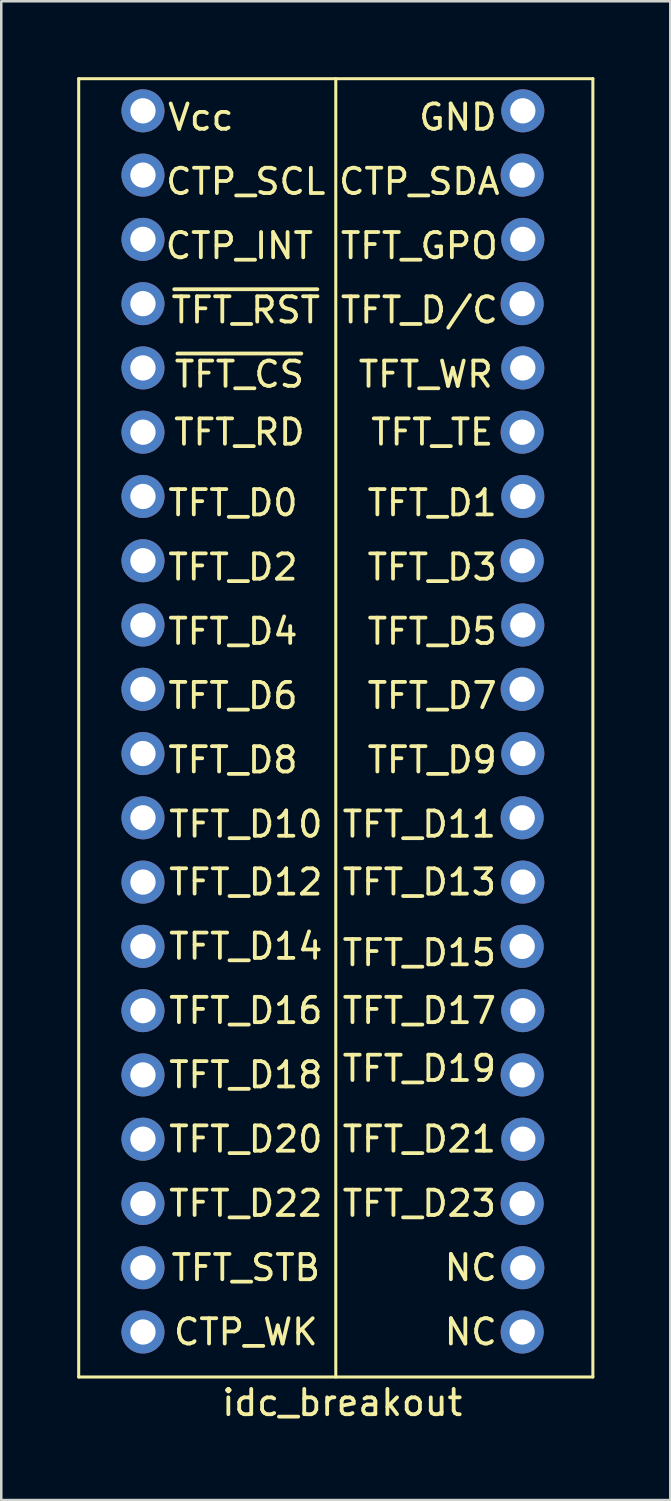
<source format=kicad_pcb>
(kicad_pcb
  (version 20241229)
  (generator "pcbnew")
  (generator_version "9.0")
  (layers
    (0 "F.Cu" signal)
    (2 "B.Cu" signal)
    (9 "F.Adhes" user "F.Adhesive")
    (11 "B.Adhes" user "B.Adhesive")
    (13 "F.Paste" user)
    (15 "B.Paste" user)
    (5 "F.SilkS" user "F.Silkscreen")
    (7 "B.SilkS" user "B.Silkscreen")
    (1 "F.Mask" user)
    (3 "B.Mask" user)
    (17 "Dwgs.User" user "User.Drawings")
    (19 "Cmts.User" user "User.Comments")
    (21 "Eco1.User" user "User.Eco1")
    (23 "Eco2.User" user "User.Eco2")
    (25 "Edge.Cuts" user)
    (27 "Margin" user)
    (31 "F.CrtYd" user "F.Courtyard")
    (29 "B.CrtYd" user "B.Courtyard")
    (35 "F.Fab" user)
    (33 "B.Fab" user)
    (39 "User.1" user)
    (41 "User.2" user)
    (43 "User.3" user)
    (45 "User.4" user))
  (footprint "idc_breakout"
    (layer "F.Cu")
    (at 10.22 8.442)
    (property "Reference" "idc_breakout" (at 0.254 43.942 0) (layer "F.SilkS") (effects (font (size 1 1) (thickness 0.15))))
    (attr through_hole)
    (fp_line (start -10.16 -8.382) (end -10.16 42.926) (stroke (width 0.12) (type solid)) (layer "F.SilkS"))
    (fp_line (start -10.16 -8.382) (end 10.16 -8.382) (stroke (width 0.12) (type solid)) (layer "F.SilkS"))
    (fp_line (start -10.16 42.926) (end 10.16 42.926) (stroke (width 0.12) (type solid)) (layer "F.SilkS"))
    (fp_line (start 0 -8.382) (end 0 42.926) (stroke (width 0.12) (type solid)) (layer "F.SilkS"))
    (fp_line (start 10.16 -8.382) (end 10.16 42.926) (stroke (width 0.12) (type solid)) (layer "F.SilkS"))
    (fp_text user "TFT_TE" (at 3.81 5.588 0) (layer "F.SilkS") (effects (font (size 1 1) (thickness 0.15))))
    (fp_text user "TFT_D12" (at -3.556 23.368 0) (layer "F.SilkS") (effects (font (size 1 1) (thickness 0.15))))
    (fp_text user "CTP_SCL" (at -3.556 -4.318 0) (layer "F.SilkS") (effects (font (size 1 1) (thickness 0.15))))
    (fp_text user "TFT_D1" (at 3.81 8.382 0) (layer "F.SilkS") (effects (font (size 1 1) (thickness 0.15))))
    (fp_text user "TFT_RD" (at -3.81 5.588 0) (layer "F.SilkS") (effects (font (size 1 1) (thickness 0.15))))
    (fp_text user "TFT_D19" (at 3.302 30.734 0) (layer "F.SilkS") (effects (font (size 1 1) (thickness 0.15))))
    (fp_text user "TFT_D22" (at -3.556 36.068 0) (layer "F.SilkS") (effects (font (size 1 1) (thickness 0.15))))
    (fp_text user "Vcc" (at -5.334 -6.858 0) (layer "F.SilkS") (effects (font (size 1 1) (thickness 0.15))))
    (fp_text user "TFT_D4" (at -4.064 13.462 0) (layer "F.SilkS") (effects (font (size 1 1) (thickness 0.15))))
    (fp_text user "TFT_D2" (at -4.064 10.922 0) (layer "F.SilkS") (effects (font (size 1 1) (thickness 0.15))))
    (fp_text user "NC" (at 5.334 38.608 0) (layer "F.SilkS") (effects (font (size 1 1) (thickness 0.15))))
    (fp_text user "TFT_D14" (at -3.556 25.908 0) (layer "F.SilkS") (effects (font (size 1 1) (thickness 0.15))))
    (fp_text user "TFT_D16" (at -3.556 28.448 0) (layer "F.SilkS") (effects (font (size 1 1) (thickness 0.15))))
    (fp_text user "CTP_INT" (at -3.81 -1.778 0) (layer "F.SilkS") (effects (font (size 1 1) (thickness 0.15))))
    (fp_text user "~{TFT_RST}" (at -3.556 0.762 0) (layer "F.SilkS") (effects (font (size 1 1) (thickness 0.15))))
    (fp_text user "TFT_D13" (at 3.302 23.368 0) (layer "F.SilkS") (effects (font (size 1 1) (thickness 0.15))))
    (fp_text user "TFT_D6" (at -4.064 16.002 0) (layer "F.SilkS") (effects (font (size 1 1) (thickness 0.15))))
    (fp_text user "TFT_GPO" (at 3.302 -1.778 0) (layer "F.SilkS") (effects (font (size 1 1) (thickness 0.15))))
    (fp_text user "TFT_D7" (at 3.81 16.002 0) (layer "F.SilkS") (effects (font (size 1 1) (thickness 0.15))))
    (fp_text user "TFT_D23" (at 3.302 36.068 0) (layer "F.SilkS") (effects (font (size 1 1) (thickness 0.15))))
    (fp_text user "TFT_D9" (at 3.81 18.542 0) (layer "F.SilkS") (effects (font (size 1 1) (thickness 0.15))))
    (fp_text user "TFT_STB" (at -3.556 38.608 0) (layer "F.SilkS") (effects (font (size 1 1) (thickness 0.15))))
    (fp_text user "TFT_D18" (at -3.556 30.988 0) (layer "F.SilkS") (effects (font (size 1 1) (thickness 0.15))))
    (fp_text user "NC" (at 5.334 41.148 0) (layer "F.SilkS") (effects (font (size 1 1) (thickness 0.15))))
    (fp_text user "TFT_D11" (at 3.302 21.082 0) (layer "F.SilkS") (effects (font (size 1 1) (thickness 0.15))))
    (fp_text user "TFT_WR" (at 3.556 3.302 0) (layer "F.SilkS") (effects (font (size 1 1) (thickness 0.15))))
    (fp_text user "CTP_SDA" (at 3.302 -4.318 0) (layer "F.SilkS") (effects (font (size 1 1) (thickness 0.15))))
    (fp_text user "TFT_D3" (at 3.81 10.922 0) (layer "F.SilkS") (effects (font (size 1 1) (thickness 0.15))))
    (fp_text user "CTP_WK" (at -3.556 41.148 0) (layer "F.SilkS") (effects (font (size 1 1) (thickness 0.15))))
    (fp_text user "TFT_D10" (at -3.556 21.082 0) (layer "F.SilkS") (effects (font (size 1 1) (thickness 0.15))))
    (fp_text user "TFT_D8" (at -4.064 18.542 0) (layer "F.SilkS") (effects (font (size 1 1) (thickness 0.15))))
    (fp_text user "TFT_D5" (at 3.81 13.462 0) (layer "F.SilkS") (effects (font (size 1 1) (thickness 0.15))))
    (fp_text user "TFT_D20" (at -3.556 33.528 0) (layer "F.SilkS") (effects (font (size 1 1) (thickness 0.15))))
    (fp_text user "~{TFT_CS}" (at -3.81 3.302 0) (layer "F.SilkS") (effects (font (size 1 1) (thickness 0.15))))
    (fp_text user "TFT_D15" (at 3.302 26.162 0) (layer "F.SilkS") (effects (font (size 1 1) (thickness 0.15))))
    (fp_text user "TFT_D0" (at -4.064 8.382 0) (layer "F.SilkS") (effects (font (size 1 1) (thickness 0.15))))
    (fp_text user "TFT_D/C" (at 3.302 0.762 0) (layer "F.SilkS") (effects (font (size 1 1) (thickness 0.15))))
    (fp_text user "GND" (at 4.826 -6.858 0) (layer "F.SilkS") (effects (font (size 1 1) (thickness 0.15))))
    (fp_text user "TFT_D21" (at 3.302 33.528 0) (layer "F.SilkS") (effects (font (size 1 1) (thickness 0.15))))
    (fp_text user "TFT_D17" (at 3.302 28.448 0) (layer "F.SilkS") (effects (font (size 1 1) (thickness 0.15))))
    (pad "1" thru_hole oval (at -7.62 -7.112) (size 1.7 1.7) (drill 1) (layers "*.Cu" "*.Mask"))
    (pad "2" thru_hole oval (at 7.391 -7.112) (size 1.7 1.7) (drill 1) (layers "*.Cu" "*.Mask"))
    (pad "3" thru_hole oval (at -7.62 -4.572) (size 1.7 1.7) (drill 1) (layers "*.Cu" "*.Mask"))
    (pad "4" thru_hole oval (at 7.366 -4.572) (size 1.7 1.7) (drill 1) (layers "*.Cu" "*.Mask"))
    (pad "5" thru_hole oval (at -7.62 -2.032) (size 1.7 1.7) (drill 1) (layers "*.Cu" "*.Mask"))
    (pad "6" thru_hole oval (at 7.391 -2.032) (size 1.7 1.7) (drill 1) (layers "*.Cu" "*.Mask"))
    (pad "7" thru_hole oval (at -7.62 0.508) (size 1.7 1.7) (drill 1) (layers "*.Cu" "*.Mask"))
    (pad "8" thru_hole oval (at 7.366 0.508) (size 1.7 1.7) (drill 1) (layers "*.Cu" "*.Mask"))
    (pad "9" thru_hole oval (at -7.62 3.048) (size 1.7 1.7) (drill 1) (layers "*.Cu" "*.Mask"))
    (pad "10" thru_hole oval (at 7.391 3.048) (size 1.7 1.7) (drill 1) (layers "*.Cu" "*.Mask"))
    (pad "11" thru_hole oval (at -7.62 5.588) (size 1.7 1.7) (drill 1) (layers "*.Cu" "*.Mask"))
    (pad "12" thru_hole oval (at 7.366 5.588) (size 1.7 1.7) (drill 1) (layers "*.Cu" "*.Mask"))
    (pad "13" thru_hole oval (at -7.62 8.128) (size 1.7 1.7) (drill 1) (layers "*.Cu" "*.Mask"))
    (pad "14" thru_hole oval (at 7.391 8.128) (size 1.7 1.7) (drill 1) (layers "*.Cu" "*.Mask"))
    (pad "15" thru_hole oval (at -7.62 10.668) (size 1.7 1.7) (drill 1) (layers "*.Cu" "*.Mask"))
    (pad "16" thru_hole oval (at 7.366 10.668) (size 1.7 1.7) (drill 1) (layers "*.Cu" "*.Mask"))
    (pad "17" thru_hole oval (at -7.62 13.208) (size 1.7 1.7) (drill 1) (layers "*.Cu" "*.Mask"))
    (pad "18" thru_hole oval (at 7.391 13.208) (size 1.7 1.7) (drill 1) (layers "*.Cu" "*.Mask"))
    (pad "19" thru_hole oval (at -7.62 15.748) (size 1.7 1.7) (drill 1) (layers "*.Cu" "*.Mask"))
    (pad "20" thru_hole oval (at 7.366 15.748) (size 1.7 1.7) (drill 1) (layers "*.Cu" "*.Mask"))
    (pad "21" thru_hole oval (at -7.62 18.288) (size 1.7 1.7) (drill 1) (layers "*.Cu" "*.Mask"))
    (pad "22" thru_hole oval (at 7.391 18.288) (size 1.7 1.7) (drill 1) (layers "*.Cu" "*.Mask"))
    (pad "23" thru_hole oval (at -7.62 20.828) (size 1.7 1.7) (drill 1) (layers "*.Cu" "*.Mask"))
    (pad "24" thru_hole oval (at 7.366 20.828) (size 1.7 1.7) (drill 1) (layers "*.Cu" "*.Mask"))
    (pad "25" thru_hole oval (at -7.62 23.368) (size 1.7 1.7) (drill 1) (layers "*.Cu" "*.Mask"))
    (pad "26" thru_hole oval (at 7.391 23.368) (size 1.7 1.7) (drill 1) (layers "*.Cu" "*.Mask"))
    (pad "27" thru_hole oval (at -7.62 25.908) (size 1.7 1.7) (drill 1) (layers "*.Cu" "*.Mask"))
    (pad "28" thru_hole oval (at 7.366 25.908) (size 1.7 1.7) (drill 1) (layers "*.Cu" "*.Mask"))
    (pad "29" thru_hole oval (at -7.62 28.448) (size 1.7 1.7) (drill 1) (layers "*.Cu" "*.Mask"))
    (pad "30" thru_hole oval (at 7.391 28.448) (size 1.7 1.7) (drill 1) (layers "*.Cu" "*.Mask"))
    (pad "31" thru_hole oval (at -7.62 30.988) (size 1.7 1.7) (drill 1) (layers "*.Cu" "*.Mask"))
    (pad "32" thru_hole oval (at 7.366 30.988) (size 1.7 1.7) (drill 1) (layers "*.Cu" "*.Mask"))
    (pad "33" thru_hole oval (at -7.62 33.528) (size 1.7 1.7) (drill 1) (layers "*.Cu" "*.Mask"))
    (pad "34" thru_hole oval (at 7.391 33.528) (size 1.7 1.7) (drill 1) (layers "*.Cu" "*.Mask"))
    (pad "35" thru_hole oval (at -7.62 36.068) (size 1.7 1.7) (drill 1) (layers "*.Cu" "*.Mask"))
    (pad "36" thru_hole oval (at 7.366 36.068) (size 1.7 1.7) (drill 1) (layers "*.Cu" "*.Mask"))
    (pad "37" thru_hole oval (at -7.62 38.608) (size 1.7 1.7) (drill 1) (layers "*.Cu" "*.Mask"))
    (pad "38" thru_hole oval (at 7.391 38.608) (size 1.7 1.7) (drill 1) (layers "*.Cu" "*.Mask"))
    (pad "39" thru_hole oval (at -7.62 41.148) (size 1.7 1.7) (drill 1) (layers "*.Cu" "*.Mask"))
    (pad "40" thru_hole oval (at 7.366 41.148) (size 1.7 1.7) (drill 1) (layers "*.Cu" "*.Mask")))
  (gr_rect
    (start -3 -3)
    (end 23.44 56.232)
    (stroke (width 0.1) (type default))
    (fill no)
    (layer "Edge.Cuts")))
</source>
